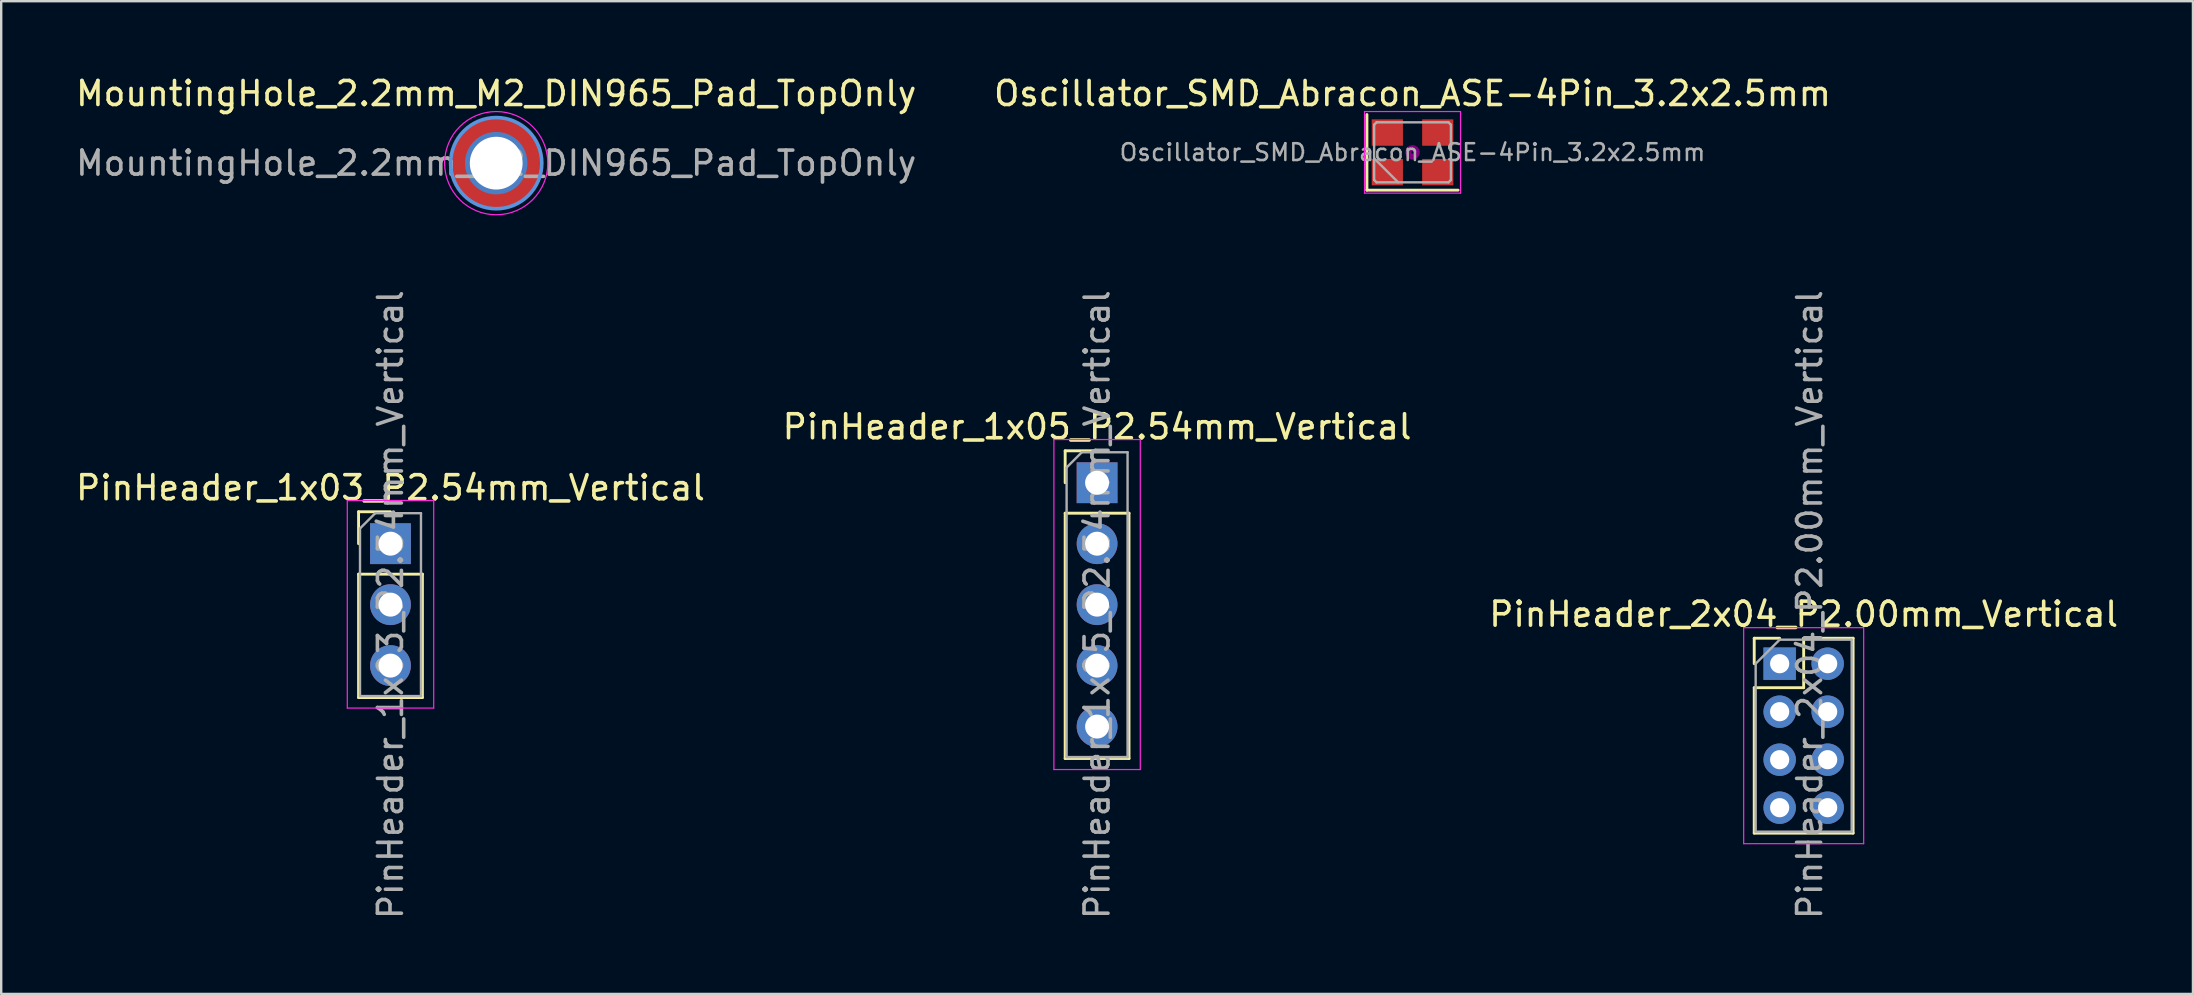
<source format=kicad_pcb>
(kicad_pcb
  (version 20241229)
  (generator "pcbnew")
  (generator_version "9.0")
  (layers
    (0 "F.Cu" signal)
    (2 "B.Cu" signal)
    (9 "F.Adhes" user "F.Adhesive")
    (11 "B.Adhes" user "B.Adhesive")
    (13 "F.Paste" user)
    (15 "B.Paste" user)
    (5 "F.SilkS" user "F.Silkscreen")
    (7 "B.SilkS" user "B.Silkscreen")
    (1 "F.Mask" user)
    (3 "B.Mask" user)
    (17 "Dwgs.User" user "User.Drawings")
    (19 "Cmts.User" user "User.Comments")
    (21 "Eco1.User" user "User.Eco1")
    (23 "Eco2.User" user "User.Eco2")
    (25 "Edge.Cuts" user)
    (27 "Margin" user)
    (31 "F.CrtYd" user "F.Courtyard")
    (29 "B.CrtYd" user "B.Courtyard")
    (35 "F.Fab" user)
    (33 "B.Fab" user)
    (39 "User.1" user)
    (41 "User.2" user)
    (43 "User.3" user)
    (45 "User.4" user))
  (footprint "PinHeader_2x04_P2.00mm_Vertical"
    (layer "F.Cu")
    (at 71.101 24.603)
    (property "Reference" "PinHeader_2x04_P2.00mm_Vertical" (at 1 -2.06 180) (layer "F.SilkS") (effects (font (size 1 1) (thickness 0.15))))
    (attr through_hole)
    (fp_line (start -1.06 -1.06) (end 0 -1.06) (stroke (width 0.12) (type solid)) (layer "F.SilkS"))
    (fp_line (start -1.06 0) (end -1.06 -1.06) (stroke (width 0.12) (type solid)) (layer "F.SilkS"))
    (fp_line (start -1.06 1) (end -1.06 7.06) (stroke (width 0.12) (type solid)) (layer "F.SilkS"))
    (fp_line (start -1.06 1) (end 1 1) (stroke (width 0.12) (type solid)) (layer "F.SilkS"))
    (fp_line (start -1.06 7.06) (end 3.06 7.06) (stroke (width 0.12) (type solid)) (layer "F.SilkS"))
    (fp_line (start 1 -1.06) (end 3.06 -1.06) (stroke (width 0.12) (type solid)) (layer "F.SilkS"))
    (fp_line (start 1 1) (end 1 -1.06) (stroke (width 0.12) (type solid)) (layer "F.SilkS"))
    (fp_line (start 3.06 -1.06) (end 3.06 7.06) (stroke (width 0.12) (type solid)) (layer "F.SilkS"))
    (fp_line (start -1.5 -1.5) (end -1.5 7.5) (stroke (width 0.05) (type solid)) (layer "F.CrtYd"))
    (fp_line (start -1.5 7.5) (end 3.5 7.5) (stroke (width 0.05) (type solid)) (layer "F.CrtYd"))
    (fp_line (start 3.5 -1.5) (end -1.5 -1.5) (stroke (width 0.05) (type solid)) (layer "F.CrtYd"))
    (fp_line (start 3.5 7.5) (end 3.5 -1.5) (stroke (width 0.05) (type solid)) (layer "F.CrtYd"))
    (fp_line (start -1 0) (end 0 -1) (stroke (width 0.1) (type solid)) (layer "F.Fab"))
    (fp_line (start -1 7) (end -1 0) (stroke (width 0.1) (type solid)) (layer "F.Fab"))
    (fp_line (start 0 -1) (end 3 -1) (stroke (width 0.1) (type solid)) (layer "F.Fab"))
    (fp_line (start 3 -1) (end 3 7) (stroke (width 0.1) (type solid)) (layer "F.Fab"))
    (fp_line (start 3 7) (end -1 7) (stroke (width 0.1) (type solid)) (layer "F.Fab"))
    (fp_text user "${REFERENCE}" (at 1.25 -2.46 90) (layer "F.Fab") (effects (font (size 1 1) (thickness 0.15))))
    (pad "1" thru_hole rect (at 0 0) (size 1.35 1.35) (drill 0.8) (layers "*.Cu" "*.Mask"))
    (pad "2" thru_hole oval (at 2 0) (size 1.35 1.35) (drill 0.8) (layers "*.Cu" "*.Mask"))
    (pad "3" thru_hole oval (at 0 2) (size 1.35 1.35) (drill 0.8) (layers "*.Cu" "*.Mask"))
    (pad "4" thru_hole oval (at 2 2) (size 1.35 1.35) (drill 0.8) (layers "*.Cu" "*.Mask"))
    (pad "5" thru_hole oval (at 0 4) (size 1.35 1.35) (drill 0.8) (layers "*.Cu" "*.Mask"))
    (pad "6" thru_hole oval (at 2 4) (size 1.35 1.35) (drill 0.8) (layers "*.Cu" "*.Mask"))
    (pad "7" thru_hole oval (at 0 6) (size 1.35 1.35) (drill 0.8) (layers "*.Cu" "*.Mask"))
    (pad "8" thru_hole oval (at 2 6) (size 1.35 1.35) (drill 0.8) (layers "*.Cu" "*.Mask")))
  (footprint "MountingHole_2.2mm_M2_DIN965_Pad_TopOnly"
    (layer "F.Cu")
    (at 17.625 3.748)
    (property "Reference" "MountingHole_2.2mm_M2_DIN965_Pad_TopOnly" (at 0 -2.9 0) (layer "F.SilkS") (effects (font (size 1 1) (thickness 0.15))))
    (attr exclude_from_pos_files exclude_from_bom)
    (fp_circle (center 0 0) (end 1.9 0) (stroke (width 0.15) (type solid)) (fill no) (layer "Cmts.User"))
    (fp_circle (center 0 0) (end 2.15 0) (stroke (width 0.05) (type solid)) (fill no) (layer "F.CrtYd"))
    (fp_text user "${REFERENCE}" (at 0 0 0) (layer "F.Fab") (effects (font (size 1 1) (thickness 0.15))))
    (pad "1" thru_hole circle (at 0 0) (size 2.6 2.6) (drill 2.2) (layers "*.Cu" "*.Mask"))
    (pad "1" connect circle (at 0 0) (size 3.8 3.8) (layers "F.Cu" "F.Mask")))
  (footprint "Oscillator_SMD_Abracon_ASE-4Pin_3.2x2.5mm"
    (layer "F.Cu")
    (at 55.804 3.298)
    (property "Reference" "Oscillator_SMD_Abracon_ASE-4Pin_3.2x2.5mm" (at 0 -2.45 180) (layer "F.SilkS") (effects (font (size 1 1) (thickness 0.15))))
    (attr smd)
    (fp_line (start -1.9 -1.575) (end -1.9 1.575) (stroke (width 0.12) (type solid)) (layer "F.SilkS"))
    (fp_line (start -1.9 1.575) (end 1.9 1.575) (stroke (width 0.12) (type solid)) (layer "F.SilkS"))
    (fp_circle (center 0 0) (end 0.058 0) (stroke (width 0.117) (type solid)) (fill no) (layer "F.Adhes"))
    (fp_circle (center 0 0) (end 0.133 0) (stroke (width 0.083) (type solid)) (fill no) (layer "F.Adhes"))
    (fp_circle (center 0 0) (end 0.208 0) (stroke (width 0.083) (type solid)) (fill no) (layer "F.Adhes"))
    (fp_circle (center 0 0) (end 0.25 0) (stroke (width 0.1) (type solid)) (fill no) (layer "F.Adhes"))
    (fp_line (start -2 -1.7) (end -2 1.7) (stroke (width 0.05) (type solid)) (layer "F.CrtYd"))
    (fp_line (start -2 1.7) (end 2 1.7) (stroke (width 0.05) (type solid)) (layer "F.CrtYd"))
    (fp_line (start 2 -1.7) (end -2 -1.7) (stroke (width 0.05) (type solid)) (layer "F.CrtYd"))
    (fp_line (start 2 1.7) (end 2 -1.7) (stroke (width 0.05) (type solid)) (layer "F.CrtYd"))
    (fp_line (start -1.6 -1.15) (end -1.5 -1.25) (stroke (width 0.1) (type solid)) (layer "F.Fab"))
    (fp_line (start -1.6 0.25) (end -0.6 1.25) (stroke (width 0.1) (type solid)) (layer "F.Fab"))
    (fp_line (start -1.6 1.15) (end -1.6 -1.15) (stroke (width 0.1) (type solid)) (layer "F.Fab"))
    (fp_line (start -1.5 -1.25) (end 1.5 -1.25) (stroke (width 0.1) (type solid)) (layer "F.Fab"))
    (fp_line (start -1.5 1.25) (end -1.6 1.15) (stroke (width 0.1) (type solid)) (layer "F.Fab"))
    (fp_line (start 1.5 -1.25) (end 1.6 -1.15) (stroke (width 0.1) (type solid)) (layer "F.Fab"))
    (fp_line (start 1.5 1.25) (end -1.5 1.25) (stroke (width 0.1) (type solid)) (layer "F.Fab"))
    (fp_line (start 1.6 -1.15) (end 1.6 1.15) (stroke (width 0.1) (type solid)) (layer "F.Fab"))
    (fp_line (start 1.6 1.15) (end 1.5 1.25) (stroke (width 0.1) (type solid)) (layer "F.Fab"))
    (fp_text user "${REFERENCE}" (at 0 0 180) (layer "F.Fab") (effects (font (size 0.7 0.7) (thickness 0.105))))
    (pad "1" smd rect (at -1.05 0.825) (size 1.3 1.1) (layers "F.Cu" "F.Mask" "F.Paste"))
    (pad "2" smd rect (at 1.05 0.825) (size 1.3 1.1) (layers "F.Cu" "F.Mask" "F.Paste"))
    (pad "3" smd rect (at 1.05 -0.825) (size 1.3 1.1) (layers "F.Cu" "F.Mask" "F.Paste"))
    (pad "4" smd rect (at -1.05 -0.825) (size 1.3 1.1) (layers "F.Cu" "F.Mask" "F.Paste")))
  (footprint "PinHeader_1x05_P2.54mm_Vertical"
    (layer "F.Cu")
    (at 42.661 17.063)
    (property "Reference" "PinHeader_1x05_P2.54mm_Vertical" (at 0 -2.33 0) (layer "F.SilkS") (effects (font (size 1 1) (thickness 0.15))))
    (attr through_hole)
    (fp_line (start -1.33 -1.33) (end 0 -1.33) (stroke (width 0.12) (type solid)) (layer "F.SilkS"))
    (fp_line (start -1.33 0) (end -1.33 -1.33) (stroke (width 0.12) (type solid)) (layer "F.SilkS"))
    (fp_line (start -1.33 1.27) (end -1.33 11.49) (stroke (width 0.12) (type solid)) (layer "F.SilkS"))
    (fp_line (start -1.33 1.27) (end 1.33 1.27) (stroke (width 0.12) (type solid)) (layer "F.SilkS"))
    (fp_line (start -1.33 11.49) (end 1.33 11.49) (stroke (width 0.12) (type solid)) (layer "F.SilkS"))
    (fp_line (start 1.33 1.27) (end 1.33 11.49) (stroke (width 0.12) (type solid)) (layer "F.SilkS"))
    (fp_line (start -1.8 -1.8) (end -1.8 11.95) (stroke (width 0.05) (type solid)) (layer "F.CrtYd"))
    (fp_line (start -1.8 11.95) (end 1.8 11.95) (stroke (width 0.05) (type solid)) (layer "F.CrtYd"))
    (fp_line (start 1.8 -1.8) (end -1.8 -1.8) (stroke (width 0.05) (type solid)) (layer "F.CrtYd"))
    (fp_line (start 1.8 11.95) (end 1.8 -1.8) (stroke (width 0.05) (type solid)) (layer "F.CrtYd"))
    (fp_line (start -1.27 -0.635) (end -0.635 -1.27) (stroke (width 0.1) (type solid)) (layer "F.Fab"))
    (fp_line (start -1.27 11.43) (end -1.27 -0.635) (stroke (width 0.1) (type solid)) (layer "F.Fab"))
    (fp_line (start -0.635 -1.27) (end 1.27 -1.27) (stroke (width 0.1) (type solid)) (layer "F.Fab"))
    (fp_line (start 1.27 -1.27) (end 1.27 11.43) (stroke (width 0.1) (type solid)) (layer "F.Fab"))
    (fp_line (start 1.27 11.43) (end -1.27 11.43) (stroke (width 0.1) (type solid)) (layer "F.Fab"))
    (fp_text user "${REFERENCE}" (at 0 5.08 90) (layer "F.Fab") (effects (font (size 1 1) (thickness 0.15))))
    (pad "1" thru_hole rect (at 0 0) (size 1.7 1.7) (drill 1) (layers "*.Cu" "*.Mask"))
    (pad "2" thru_hole oval (at 0 2.54) (size 1.7 1.7) (drill 1) (layers "*.Cu" "*.Mask"))
    (pad "3" thru_hole oval (at 0 5.08) (size 1.7 1.7) (drill 1) (layers "*.Cu" "*.Mask"))
    (pad "4" thru_hole oval (at 0 7.62) (size 1.7 1.7) (drill 1) (layers "*.Cu" "*.Mask"))
    (pad "5" thru_hole oval (at 0 10.16) (size 1.7 1.7) (drill 1) (layers "*.Cu" "*.Mask")))
  (footprint "PinHeader_1x03_P2.54mm_Vertical"
    (layer "F.Cu")
    (at 13.22 19.603)
    (property "Reference" "PinHeader_1x03_P2.54mm_Vertical" (at 0 -2.33 0) (layer "F.SilkS") (effects (font (size 1 1) (thickness 0.15))))
    (attr through_hole)
    (fp_line (start -1.33 -1.33) (end 0 -1.33) (stroke (width 0.12) (type solid)) (layer "F.SilkS"))
    (fp_line (start -1.33 0) (end -1.33 -1.33) (stroke (width 0.12) (type solid)) (layer "F.SilkS"))
    (fp_line (start -1.33 1.27) (end -1.33 6.41) (stroke (width 0.12) (type solid)) (layer "F.SilkS"))
    (fp_line (start -1.33 1.27) (end 1.33 1.27) (stroke (width 0.12) (type solid)) (layer "F.SilkS"))
    (fp_line (start -1.33 6.41) (end 1.33 6.41) (stroke (width 0.12) (type solid)) (layer "F.SilkS"))
    (fp_line (start 1.33 1.27) (end 1.33 6.41) (stroke (width 0.12) (type solid)) (layer "F.SilkS"))
    (fp_line (start -1.8 -1.8) (end -1.8 6.85) (stroke (width 0.05) (type solid)) (layer "F.CrtYd"))
    (fp_line (start -1.8 6.85) (end 1.8 6.85) (stroke (width 0.05) (type solid)) (layer "F.CrtYd"))
    (fp_line (start 1.8 -1.8) (end -1.8 -1.8) (stroke (width 0.05) (type solid)) (layer "F.CrtYd"))
    (fp_line (start 1.8 6.85) (end 1.8 -1.8) (stroke (width 0.05) (type solid)) (layer "F.CrtYd"))
    (fp_line (start -1.27 -0.635) (end -0.635 -1.27) (stroke (width 0.1) (type solid)) (layer "F.Fab"))
    (fp_line (start -1.27 6.35) (end -1.27 -0.635) (stroke (width 0.1) (type solid)) (layer "F.Fab"))
    (fp_line (start -0.635 -1.27) (end 1.27 -1.27) (stroke (width 0.1) (type solid)) (layer "F.Fab"))
    (fp_line (start 1.27 -1.27) (end 1.27 6.35) (stroke (width 0.1) (type solid)) (layer "F.Fab"))
    (fp_line (start 1.27 6.35) (end -1.27 6.35) (stroke (width 0.1) (type solid)) (layer "F.Fab"))
    (fp_text user "${REFERENCE}" (at 0 2.54 90) (layer "F.Fab") (effects (font (size 1 1) (thickness 0.15))))
    (pad "1" thru_hole rect (at 0 0) (size 1.7 1.7) (drill 1) (layers "*.Cu" "*.Mask"))
    (pad "2" thru_hole oval (at 0 2.54) (size 1.7 1.7) (drill 1) (layers "*.Cu" "*.Mask"))
    (pad "3" thru_hole oval (at 0 5.08) (size 1.7 1.7) (drill 1) (layers "*.Cu" "*.Mask")))
  (gr_rect
    (start -3 -3)
    (end 88.321 38.364)
    (stroke (width 0.1) (type default))
    (fill no)
    (layer "Edge.Cuts")))
</source>
